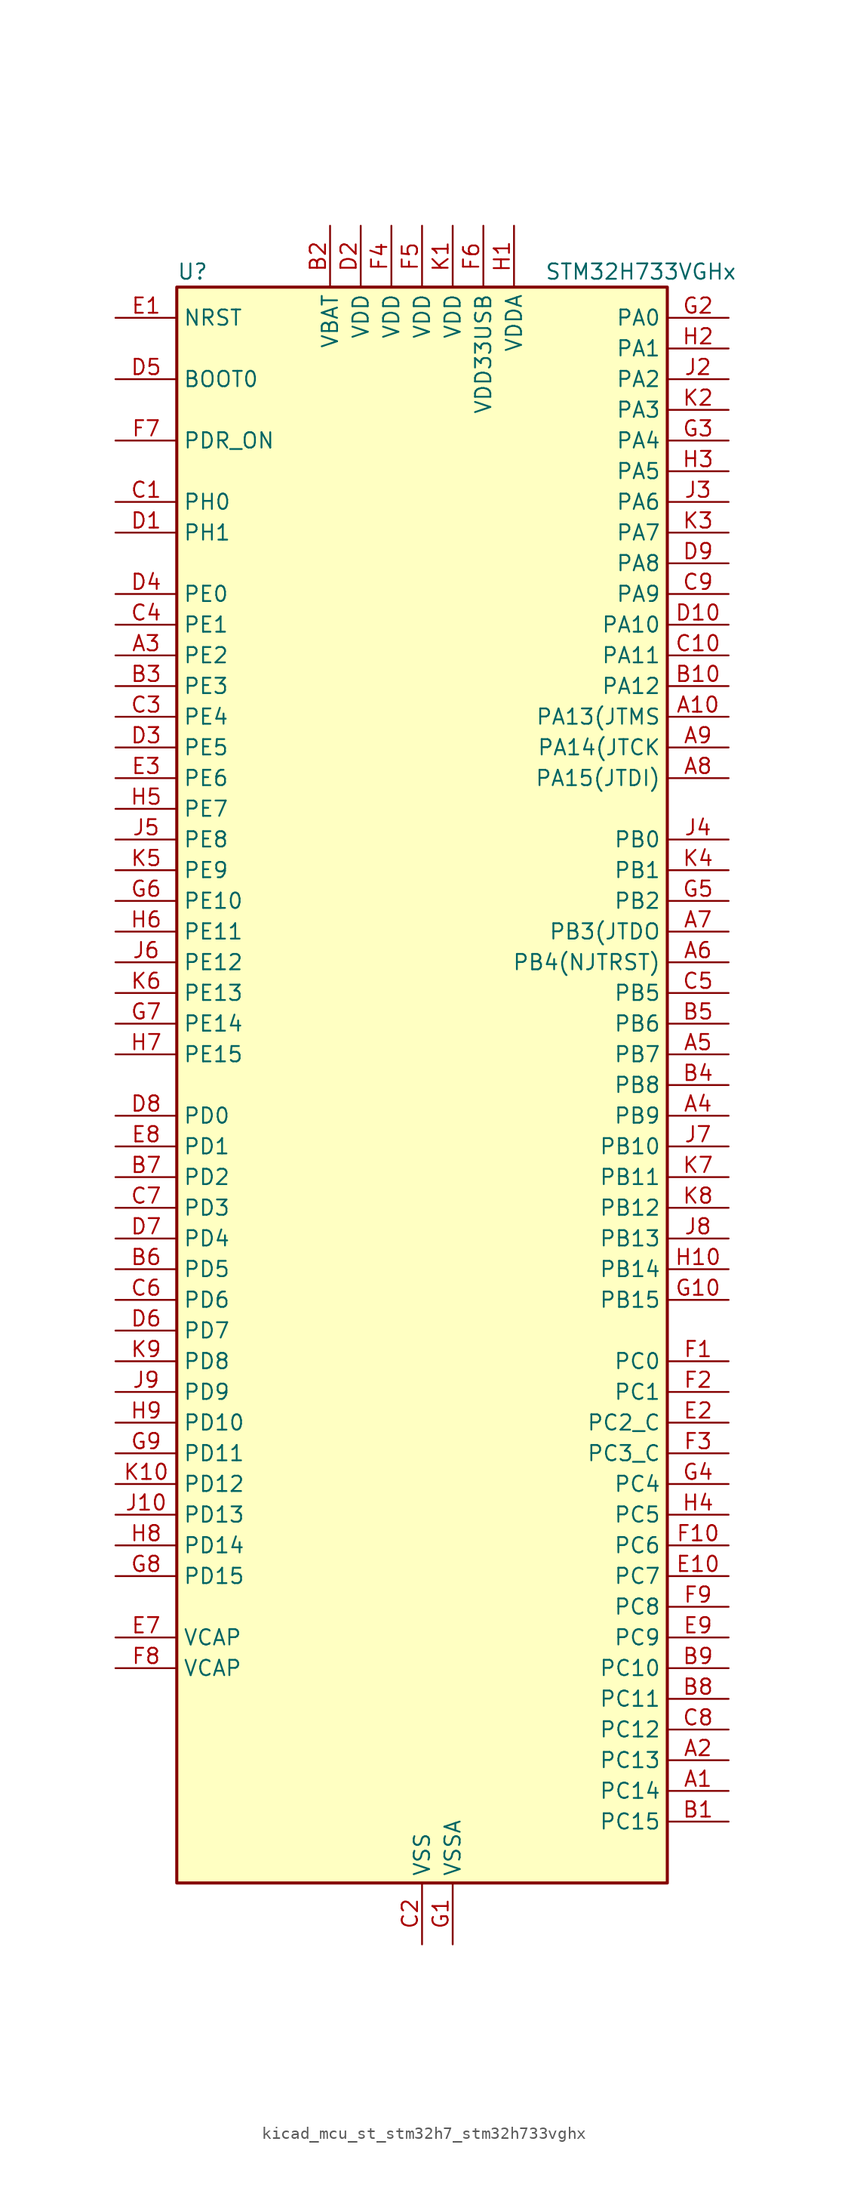
<source format=kicad_sym>
(kicad_symbol_lib
  (version 20220914)
  (generator kicad_symbol_editor)
  (symbol "kicad_mcu_st_stm32h7_stm32h733vghx"
    (property "Reference" "U"
      (at -20.32 67.31 0)
      (effects (font (size 1.27 1.27)) (justify left)))
    (property "Value" "STM32H733VGHx"
      (at 10.16 67.31 0)
      (effects (font (size 1.27 1.27)) (justify left)))
    (property "ki_locked" ""
      (at 0 0 0)
      (effects (font (size 1.27 1.27))))
    (symbol "kicad_mcu_st_stm32h7_stm32h733vghx_0_1"
      (rectangle (start -20.32 -66.04) (end 20.32 66.04) (stroke (width 0.254) (type default)) (fill (type background))))
    (symbol "kicad_mcu_st_stm32h7_stm32h733vghx_1_1"
      (pin bidirectional line (at 25.4 -58.42 180) (length 5.08) (name "PC14" (effects (font (size 1.27 1.27)))) (number "A1" (effects (font (size 1.27 1.27)))) (alternate "RCC_OSC32_IN" bidirectional line))
      (pin bidirectional line (at 25.4 30.48 180) (length 5.08) (name "PA13(JTMS" (effects (font (size 1.27 1.27)))) (number "A10" (effects (font (size 1.27 1.27)))) (alternate "DEBUG_JTMS-SWDIO" bidirectional line))
      (pin bidirectional line (at 25.4 -55.88 180) (length 5.08) (name "PC13" (effects (font (size 1.27 1.27)))) (number "A2" (effects (font (size 1.27 1.27)))) (alternate "PWR_WKUP4" bidirectional line) (alternate "RTC_OUT_ALARM" bidirectional line) (alternate "RTC_OUT_CALIB" bidirectional line) (alternate "RTC_TAMP1" bidirectional line) (alternate "RTC_TS" bidirectional line))
      (pin bidirectional line (at -25.4 35.56 0) (length 5.08) (name "PE2" (effects (font (size 1.27 1.27)))) (number "A3" (effects (font (size 1.27 1.27)))) (alternate "DEBUG_TRACECLK" bidirectional line) (alternate "ETH_TXD3" bidirectional line) (alternate "FMC_A23" bidirectional line) (alternate "OCTOSPIM_P1_IO2" bidirectional line) (alternate "SAI1_CK1" bidirectional line) (alternate "SAI1_MCLK_A" bidirectional line) (alternate "SAI4_CK1" bidirectional line) (alternate "SAI4_MCLK_A" bidirectional line) (alternate "SPI4_SCK" bidirectional line) (alternate "USART10_RX" bidirectional line))
      (pin bidirectional line (at 25.4 -2.54 180) (length 5.08) (name "PB9" (effects (font (size 1.27 1.27)))) (number "A4" (effects (font (size 1.27 1.27)))) (alternate "DAC1_EXTI9" bidirectional line) (alternate "DCMI_D7" bidirectional line) (alternate "DFSDM1_DATIN7" bidirectional line) (alternate "FDCAN1_TX" bidirectional line) (alternate "I2C1_SDA" bidirectional line) (alternate "I2C4_SDA" bidirectional line) (alternate "I2C4_SMBA" bidirectional line) (alternate "I2S2_WS" bidirectional line) (alternate "LTDC_B7" bidirectional line) (alternate "PSSI_D7" bidirectional line) (alternate "SDMMC1_CDIR" bidirectional line) (alternate "SDMMC1_D5" bidirectional line) (alternate "SDMMC2_D5" bidirectional line) (alternate "SPI2_NSS" bidirectional line) (alternate "TIM17_CH1" bidirectional line) (alternate "TIM4_CH4" bidirectional line) (alternate "UART4_TX" bidirectional line))
      (pin bidirectional line (at 25.4 2.54 180) (length 5.08) (name "PB7" (effects (font (size 1.27 1.27)))) (number "A5" (effects (font (size 1.27 1.27)))) (alternate "DCMI_VSYNC" bidirectional line) (alternate "DFSDM1_CKIN5" bidirectional line) (alternate "FMC_NL" bidirectional line) (alternate "I2C1_SDA" bidirectional line) (alternate "I2C4_SDA" bidirectional line) (alternate "LPUART1_RX" bidirectional line) (alternate "PSSI_RDY" bidirectional line) (alternate "PWR_PVD_IN" bidirectional line) (alternate "TIM17_CH1N" bidirectional line) (alternate "TIM4_CH2" bidirectional line) (alternate "USART1_RX" bidirectional line))
      (pin bidirectional line (at 25.4 10.16 180) (length 5.08) (name "PB4(NJTRST)" (effects (font (size 1.27 1.27)))) (number "A6" (effects (font (size 1.27 1.27)))) (alternate "DEBUG_JTRST" bidirectional line) (alternate "I2S1_SDI" bidirectional line) (alternate "I2S2_WS" bidirectional line) (alternate "I2S3_SDI" bidirectional line) (alternate "I2S6_SDI" bidirectional line) (alternate "SDMMC2_D3" bidirectional line) (alternate "SPI1_MISO" bidirectional line) (alternate "SPI2_NSS" bidirectional line) (alternate "SPI3_MISO" bidirectional line) (alternate "SPI6_MISO" bidirectional line) (alternate "TIM16_BKIN" bidirectional line) (alternate "TIM3_CH1" bidirectional line) (alternate "UART7_TX" bidirectional line))
      (pin bidirectional line (at 25.4 12.7 180) (length 5.08) (name "PB3(JTDO" (effects (font (size 1.27 1.27)))) (number "A7" (effects (font (size 1.27 1.27)))) (alternate "CRS_SYNC" bidirectional line) (alternate "DEBUG_JTDO-SWO" bidirectional line) (alternate "I2S1_CK" bidirectional line) (alternate "I2S3_CK" bidirectional line) (alternate "I2S6_CK" bidirectional line) (alternate "SDMMC2_D2" bidirectional line) (alternate "SPI1_SCK" bidirectional line) (alternate "SPI3_SCK" bidirectional line) (alternate "SPI6_SCK" bidirectional line) (alternate "TIM24_ETR" bidirectional line) (alternate "TIM2_CH2" bidirectional line) (alternate "UART7_RX" bidirectional line))
      (pin bidirectional line (at 25.4 25.4 180) (length 5.08) (name "PA15(JTDI)" (effects (font (size 1.27 1.27)))) (number "A8" (effects (font (size 1.27 1.27)))) (alternate "ADC1_EXTI15" bidirectional line) (alternate "ADC2_EXTI15" bidirectional line) (alternate "ADC3_EXTI15" bidirectional line) (alternate "CEC" bidirectional line) (alternate "DEBUG_JTDI" bidirectional line) (alternate "I2S1_WS" bidirectional line) (alternate "I2S3_WS" bidirectional line) (alternate "I2S6_WS" bidirectional line) (alternate "LTDC_B6" bidirectional line) (alternate "LTDC_R3" bidirectional line) (alternate "SPI1_NSS" bidirectional line) (alternate "SPI3_NSS" bidirectional line) (alternate "SPI6_NSS" bidirectional line) (alternate "TIM2_CH1" bidirectional line) (alternate "TIM2_ETR" bidirectional line) (alternate "UART4_DE" bidirectional line) (alternate "UART4_RTS" bidirectional line) (alternate "UART7_TX" bidirectional line))
      (pin bidirectional line (at 25.4 27.94 180) (length 5.08) (name "PA14(JTCK" (effects (font (size 1.27 1.27)))) (number "A9" (effects (font (size 1.27 1.27)))) (alternate "DEBUG_JTCK-SWCLK" bidirectional line))
      (pin bidirectional line (at 25.4 -60.96 180) (length 5.08) (name "PC15" (effects (font (size 1.27 1.27)))) (number "B1" (effects (font (size 1.27 1.27)))) (alternate "ADC1_EXTI15" bidirectional line) (alternate "ADC2_EXTI15" bidirectional line) (alternate "ADC3_EXTI15" bidirectional line) (alternate "RCC_OSC32_OUT" bidirectional line))
      (pin bidirectional line (at 25.4 33.02 180) (length 5.08) (name "PA12" (effects (font (size 1.27 1.27)))) (number "B10" (effects (font (size 1.27 1.27)))) (alternate "FDCAN1_TX" bidirectional line) (alternate "I2S2_CK" bidirectional line) (alternate "LPUART1_DE" bidirectional line) (alternate "LPUART1_RTS" bidirectional line) (alternate "LTDC_R5" bidirectional line) (alternate "SAI4_FS_B" bidirectional line) (alternate "SPI2_SCK" bidirectional line) (alternate "TIM1_BKIN2" bidirectional line) (alternate "TIM1_ETR" bidirectional line) (alternate "UART4_TX" bidirectional line) (alternate "USART1_DE" bidirectional line) (alternate "USART1_RTS" bidirectional line) (alternate "USB_OTG_HS_DP" bidirectional line))
      (pin power_in line (at -7.62 71.12 270) (length 5.08) (name "VBAT" (effects (font (size 1.27 1.27)))) (number "B2" (effects (font (size 1.27 1.27)))))
      (pin bidirectional line (at -25.4 33.02 0) (length 5.08) (name "PE3" (effects (font (size 1.27 1.27)))) (number "B3" (effects (font (size 1.27 1.27)))) (alternate "DEBUG_TRACED0" bidirectional line) (alternate "FMC_A19" bidirectional line) (alternate "SAI1_SD_B" bidirectional line) (alternate "SAI4_SD_B" bidirectional line) (alternate "TIM15_BKIN" bidirectional line) (alternate "USART10_TX" bidirectional line))
      (pin bidirectional line (at 25.4 0 180) (length 5.08) (name "PB8" (effects (font (size 1.27 1.27)))) (number "B4" (effects (font (size 1.27 1.27)))) (alternate "DCMI_D6" bidirectional line) (alternate "DFSDM1_CKIN7" bidirectional line) (alternate "ETH_TXD3" bidirectional line) (alternate "FDCAN1_RX" bidirectional line) (alternate "I2C1_SCL" bidirectional line) (alternate "I2C4_SCL" bidirectional line) (alternate "LTDC_B6" bidirectional line) (alternate "PSSI_D6" bidirectional line) (alternate "SDMMC1_CKIN" bidirectional line) (alternate "SDMMC1_D4" bidirectional line) (alternate "SDMMC2_D4" bidirectional line) (alternate "TIM16_CH1" bidirectional line) (alternate "TIM4_CH3" bidirectional line) (alternate "UART4_RX" bidirectional line))
      (pin bidirectional line (at 25.4 5.08 180) (length 5.08) (name "PB6" (effects (font (size 1.27 1.27)))) (number "B5" (effects (font (size 1.27 1.27)))) (alternate "CEC" bidirectional line) (alternate "DCMI_D5" bidirectional line) (alternate "DFSDM1_DATIN5" bidirectional line) (alternate "FDCAN2_TX" bidirectional line) (alternate "FMC_SDNE1" bidirectional line) (alternate "I2C1_SCL" bidirectional line) (alternate "I2C4_SCL" bidirectional line) (alternate "LPUART1_TX" bidirectional line) (alternate "OCTOSPIM_P1_NCS" bidirectional line) (alternate "PSSI_D5" bidirectional line) (alternate "TIM16_CH1N" bidirectional line) (alternate "TIM4_CH1" bidirectional line) (alternate "UART5_TX" bidirectional line) (alternate "USART1_TX" bidirectional line))
      (pin bidirectional line (at -25.4 -15.24 0) (length 5.08) (name "PD5" (effects (font (size 1.27 1.27)))) (number "B6" (effects (font (size 1.27 1.27)))) (alternate "FMC_NWE" bidirectional line) (alternate "OCTOSPIM_P1_IO5" bidirectional line) (alternate "USART2_TX" bidirectional line))
      (pin bidirectional line (at -25.4 -7.62 0) (length 5.08) (name "PD2" (effects (font (size 1.27 1.27)))) (number "B7" (effects (font (size 1.27 1.27)))) (alternate "DCMI_D11" bidirectional line) (alternate "DEBUG_TRACED2" bidirectional line) (alternate "FMC_D7" bidirectional line) (alternate "FMC_DA7" bidirectional line) (alternate "LTDC_B2" bidirectional line) (alternate "LTDC_B7" bidirectional line) (alternate "PSSI_D11" bidirectional line) (alternate "SDMMC1_CMD" bidirectional line) (alternate "TIM15_BKIN" bidirectional line) (alternate "TIM3_ETR" bidirectional line) (alternate "UART5_RX" bidirectional line))
      (pin bidirectional line (at 25.4 -50.8 180) (length 5.08) (name "PC11" (effects (font (size 1.27 1.27)))) (number "B8" (effects (font (size 1.27 1.27)))) (alternate "ADC1_EXTI11" bidirectional line) (alternate "ADC2_EXTI11" bidirectional line) (alternate "ADC3_EXTI11" bidirectional line) (alternate "DCMI_D4" bidirectional line) (alternate "DFSDM1_DATIN5" bidirectional line) (alternate "I2C5_SCL" bidirectional line) (alternate "I2S3_SDI" bidirectional line) (alternate "LTDC_B4" bidirectional line) (alternate "OCTOSPIM_P1_NCS" bidirectional line) (alternate "PSSI_D4" bidirectional line) (alternate "SDMMC1_D3" bidirectional line) (alternate "SPI3_MISO" bidirectional line) (alternate "UART4_RX" bidirectional line) (alternate "USART3_RX" bidirectional line))
      (pin bidirectional line (at 25.4 -48.26 180) (length 5.08) (name "PC10" (effects (font (size 1.27 1.27)))) (number "B9" (effects (font (size 1.27 1.27)))) (alternate "DCMI_D8" bidirectional line) (alternate "DFSDM1_CKIN5" bidirectional line) (alternate "I2C5_SDA" bidirectional line) (alternate "I2S3_CK" bidirectional line) (alternate "LTDC_B1" bidirectional line) (alternate "LTDC_R2" bidirectional line) (alternate "OCTOSPIM_P1_IO1" bidirectional line) (alternate "PSSI_D8" bidirectional line) (alternate "SDMMC1_D2" bidirectional line) (alternate "SPI3_SCK" bidirectional line) (alternate "SWPMI1_RX" bidirectional line) (alternate "UART4_TX" bidirectional line) (alternate "USART3_TX" bidirectional line))
      (pin bidirectional line (at -25.4 48.26 0) (length 5.08) (name "PH0" (effects (font (size 1.27 1.27)))) (number "C1" (effects (font (size 1.27 1.27)))) (alternate "RCC_OSC_IN" bidirectional line))
      (pin bidirectional line (at 25.4 35.56 180) (length 5.08) (name "PA11" (effects (font (size 1.27 1.27)))) (number "C10" (effects (font (size 1.27 1.27)))) (alternate "ADC1_EXTI11" bidirectional line) (alternate "ADC2_EXTI11" bidirectional line) (alternate "ADC3_EXTI11" bidirectional line) (alternate "FDCAN1_RX" bidirectional line) (alternate "I2S2_WS" bidirectional line) (alternate "LPUART1_CTS" bidirectional line) (alternate "LTDC_R4" bidirectional line) (alternate "SPI2_NSS" bidirectional line) (alternate "TIM1_CH4" bidirectional line) (alternate "UART4_RX" bidirectional line) (alternate "USART1_CTS" bidirectional line) (alternate "USART1_NSS" bidirectional line) (alternate "USB_OTG_HS_DM" bidirectional line))
      (pin power_in line (at 0 -71.12 90) (length 5.08) (name "VSS" (effects (font (size 1.27 1.27)))) (number "C2" (effects (font (size 1.27 1.27)))))
      (pin bidirectional line (at -25.4 30.48 0) (length 5.08) (name "PE4" (effects (font (size 1.27 1.27)))) (number "C3" (effects (font (size 1.27 1.27)))) (alternate "DCMI_D4" bidirectional line) (alternate "DEBUG_TRACED1" bidirectional line) (alternate "DFSDM1_DATIN3" bidirectional line) (alternate "FMC_A20" bidirectional line) (alternate "LTDC_B0" bidirectional line) (alternate "PSSI_D4" bidirectional line) (alternate "SAI1_D2" bidirectional line) (alternate "SAI1_FS_A" bidirectional line) (alternate "SAI4_D2" bidirectional line) (alternate "SAI4_FS_A" bidirectional line) (alternate "SPI4_NSS" bidirectional line) (alternate "TIM15_CH1N" bidirectional line))
      (pin bidirectional line (at -25.4 38.1 0) (length 5.08) (name "PE1" (effects (font (size 1.27 1.27)))) (number "C4" (effects (font (size 1.27 1.27)))) (alternate "DCMI_D3" bidirectional line) (alternate "FMC_NBL1" bidirectional line) (alternate "LPTIM1_IN2" bidirectional line) (alternate "LTDC_R6" bidirectional line) (alternate "PSSI_D3" bidirectional line) (alternate "UART8_TX" bidirectional line))
      (pin bidirectional line (at 25.4 7.62 180) (length 5.08) (name "PB5" (effects (font (size 1.27 1.27)))) (number "C5" (effects (font (size 1.27 1.27)))) (alternate "DCMI_D10" bidirectional line) (alternate "ETH_PPS_OUT" bidirectional line) (alternate "FDCAN2_RX" bidirectional line) (alternate "FMC_SDCKE1" bidirectional line) (alternate "I2C1_SMBA" bidirectional line) (alternate "I2C4_SMBA" bidirectional line) (alternate "I2S1_SDO" bidirectional line) (alternate "I2S3_SDO" bidirectional line) (alternate "I2S6_SDO" bidirectional line) (alternate "LTDC_B5" bidirectional line) (alternate "PSSI_D10" bidirectional line) (alternate "SPI1_MOSI" bidirectional line) (alternate "SPI3_MOSI" bidirectional line) (alternate "SPI6_MOSI" bidirectional line) (alternate "TIM17_BKIN" bidirectional line) (alternate "TIM3_CH2" bidirectional line) (alternate "UART5_RX" bidirectional line) (alternate "USB_OTG_HS_ULPI_D7" bidirectional line))
      (pin bidirectional line (at -25.4 -17.78 0) (length 5.08) (name "PD6" (effects (font (size 1.27 1.27)))) (number "C6" (effects (font (size 1.27 1.27)))) (alternate "DCMI_D10" bidirectional line) (alternate "DFSDM1_CKIN4" bidirectional line) (alternate "DFSDM1_DATIN1" bidirectional line) (alternate "FMC_NWAIT" bidirectional line) (alternate "I2S3_SDO" bidirectional line) (alternate "LTDC_B2" bidirectional line) (alternate "OCTOSPIM_P1_IO6" bidirectional line) (alternate "PSSI_D10" bidirectional line) (alternate "SAI1_D1" bidirectional line) (alternate "SAI1_SD_A" bidirectional line) (alternate "SAI4_D1" bidirectional line) (alternate "SAI4_SD_A" bidirectional line) (alternate "SDMMC2_CK" bidirectional line) (alternate "SPI3_MOSI" bidirectional line) (alternate "USART2_RX" bidirectional line))
      (pin bidirectional line (at -25.4 -10.16 0) (length 5.08) (name "PD3" (effects (font (size 1.27 1.27)))) (number "C7" (effects (font (size 1.27 1.27)))) (alternate "DCMI_D5" bidirectional line) (alternate "DFSDM1_CKOUT" bidirectional line) (alternate "FMC_CLK" bidirectional line) (alternate "I2S2_CK" bidirectional line) (alternate "LTDC_G7" bidirectional line) (alternate "PSSI_D5" bidirectional line) (alternate "SPI2_SCK" bidirectional line) (alternate "USART2_CTS" bidirectional line) (alternate "USART2_NSS" bidirectional line))
      (pin bidirectional line (at 25.4 -53.34 180) (length 5.08) (name "PC12" (effects (font (size 1.27 1.27)))) (number "C8" (effects (font (size 1.27 1.27)))) (alternate "DCMI_D9" bidirectional line) (alternate "DEBUG_TRACED3" bidirectional line) (alternate "FMC_D6" bidirectional line) (alternate "FMC_DA6" bidirectional line) (alternate "I2C5_SMBA" bidirectional line) (alternate "I2S3_SDO" bidirectional line) (alternate "I2S6_CK" bidirectional line) (alternate "LTDC_R6" bidirectional line) (alternate "PSSI_D9" bidirectional line) (alternate "SDMMC1_CK" bidirectional line) (alternate "SPI3_MOSI" bidirectional line) (alternate "SPI6_SCK" bidirectional line) (alternate "TIM15_CH1" bidirectional line) (alternate "UART5_TX" bidirectional line) (alternate "USART3_CK" bidirectional line))
      (pin bidirectional line (at 25.4 40.64 180) (length 5.08) (name "PA9" (effects (font (size 1.27 1.27)))) (number "C9" (effects (font (size 1.27 1.27)))) (alternate "DAC1_EXTI9" bidirectional line) (alternate "DCMI_D0" bidirectional line) (alternate "ETH_TX_ER" bidirectional line) (alternate "I2C3_SMBA" bidirectional line) (alternate "I2C5_SMBA" bidirectional line) (alternate "I2S2_CK" bidirectional line) (alternate "LPUART1_TX" bidirectional line) (alternate "LTDC_R5" bidirectional line) (alternate "PSSI_D0" bidirectional line) (alternate "SPI2_SCK" bidirectional line) (alternate "TIM1_CH2" bidirectional line) (alternate "USART1_TX" bidirectional line) (alternate "USB_OTG_HS_VBUS" bidirectional line))
      (pin bidirectional line (at -25.4 45.72 0) (length 5.08) (name "PH1" (effects (font (size 1.27 1.27)))) (number "D1" (effects (font (size 1.27 1.27)))) (alternate "RCC_OSC_OUT" bidirectional line))
      (pin bidirectional line (at 25.4 38.1 180) (length 5.08) (name "PA10" (effects (font (size 1.27 1.27)))) (number "D10" (effects (font (size 1.27 1.27)))) (alternate "DCMI_D1" bidirectional line) (alternate "LPUART1_RX" bidirectional line) (alternate "LTDC_B1" bidirectional line) (alternate "LTDC_B4" bidirectional line) (alternate "MDIOS_MDIO" bidirectional line) (alternate "PSSI_D1" bidirectional line) (alternate "TIM1_CH3" bidirectional line) (alternate "USART1_RX" bidirectional line) (alternate "USB_OTG_HS_ID" bidirectional line))
      (pin power_in line (at -5.08 71.12 270) (length 5.08) (name "VDD" (effects (font (size 1.27 1.27)))) (number "D2" (effects (font (size 1.27 1.27)))))
      (pin bidirectional line (at -25.4 27.94 0) (length 5.08) (name "PE5" (effects (font (size 1.27 1.27)))) (number "D3" (effects (font (size 1.27 1.27)))) (alternate "DCMI_D6" bidirectional line) (alternate "DEBUG_TRACED2" bidirectional line) (alternate "DFSDM1_CKIN3" bidirectional line) (alternate "FMC_A21" bidirectional line) (alternate "LTDC_G0" bidirectional line) (alternate "PSSI_D6" bidirectional line) (alternate "SAI1_CK2" bidirectional line) (alternate "SAI1_SCK_A" bidirectional line) (alternate "SAI4_CK2" bidirectional line) (alternate "SAI4_SCK_A" bidirectional line) (alternate "SPI4_MISO" bidirectional line) (alternate "TIM15_CH1" bidirectional line))
      (pin bidirectional line (at -25.4 40.64 0) (length 5.08) (name "PE0" (effects (font (size 1.27 1.27)))) (number "D4" (effects (font (size 1.27 1.27)))) (alternate "DCMI_D2" bidirectional line) (alternate "FMC_NBL0" bidirectional line) (alternate "LPTIM1_ETR" bidirectional line) (alternate "LPTIM2_ETR" bidirectional line) (alternate "LTDC_R0" bidirectional line) (alternate "PSSI_D2" bidirectional line) (alternate "SAI4_MCLK_A" bidirectional line) (alternate "TIM4_ETR" bidirectional line) (alternate "UART8_RX" bidirectional line))
      (pin input line (at -25.4 58.42 0) (length 5.08) (name "BOOT0" (effects (font (size 1.27 1.27)))) (number "D5" (effects (font (size 1.27 1.27)))))
      (pin bidirectional line (at -25.4 -20.32 0) (length 5.08) (name "PD7" (effects (font (size 1.27 1.27)))) (number "D6" (effects (font (size 1.27 1.27)))) (alternate "DFSDM1_CKIN1" bidirectional line) (alternate "DFSDM1_DATIN4" bidirectional line) (alternate "FMC_NE1" bidirectional line) (alternate "I2S1_SDO" bidirectional line) (alternate "OCTOSPIM_P1_IO7" bidirectional line) (alternate "SDMMC2_CMD" bidirectional line) (alternate "SPDIFRX1_IN0" bidirectional line) (alternate "SPI1_MOSI" bidirectional line) (alternate "USART2_CK" bidirectional line))
      (pin bidirectional line (at -25.4 -12.7 0) (length 5.08) (name "PD4" (effects (font (size 1.27 1.27)))) (number "D7" (effects (font (size 1.27 1.27)))) (alternate "FMC_NOE" bidirectional line) (alternate "OCTOSPIM_P1_IO4" bidirectional line) (alternate "USART2_DE" bidirectional line) (alternate "USART2_RTS" bidirectional line))
      (pin bidirectional line (at -25.4 -2.54 0) (length 5.08) (name "PD0" (effects (font (size 1.27 1.27)))) (number "D8" (effects (font (size 1.27 1.27)))) (alternate "DFSDM1_CKIN6" bidirectional line) (alternate "FDCAN1_RX" bidirectional line) (alternate "FMC_D2" bidirectional line) (alternate "FMC_DA2" bidirectional line) (alternate "LTDC_B1" bidirectional line) (alternate "UART4_RX" bidirectional line) (alternate "UART9_CTS" bidirectional line))
      (pin bidirectional line (at 25.4 43.18 180) (length 5.08) (name "PA8" (effects (font (size 1.27 1.27)))) (number "D9" (effects (font (size 1.27 1.27)))) (alternate "I2C3_SCL" bidirectional line) (alternate "I2C5_SCL" bidirectional line) (alternate "LTDC_B3" bidirectional line) (alternate "LTDC_R6" bidirectional line) (alternate "RCC_MCO_1" bidirectional line) (alternate "TIM1_CH1" bidirectional line) (alternate "TIM8_BKIN2" bidirectional line) (alternate "TIM8_BKIN2_COMP1" bidirectional line) (alternate "TIM8_BKIN2_COMP2" bidirectional line) (alternate "UART7_RX" bidirectional line) (alternate "USART1_CK" bidirectional line) (alternate "USB_OTG_HS_SOF" bidirectional line))
      (pin input line (at -25.4 63.5 0) (length 5.08) (name "NRST" (effects (font (size 1.27 1.27)))) (number "E1" (effects (font (size 1.27 1.27)))))
      (pin bidirectional line (at 25.4 -40.64 180) (length 5.08) (name "PC7" (effects (font (size 1.27 1.27)))) (number "E10" (effects (font (size 1.27 1.27)))) (alternate "DCMI_D1" bidirectional line) (alternate "DEBUG_TRGIO" bidirectional line) (alternate "DFSDM1_DATIN3" bidirectional line) (alternate "FMC_NE1" bidirectional line) (alternate "I2S3_MCK" bidirectional line) (alternate "LTDC_G6" bidirectional line) (alternate "PSSI_D1" bidirectional line) (alternate "SDMMC1_D123DIR" bidirectional line) (alternate "SDMMC1_D7" bidirectional line) (alternate "SDMMC2_D7" bidirectional line) (alternate "SWPMI1_TX" bidirectional line) (alternate "TIM3_CH2" bidirectional line) (alternate "TIM8_CH2" bidirectional line) (alternate "USART6_RX" bidirectional line))
      (pin bidirectional line (at 25.4 -27.94 180) (length 5.08) (name "PC2_C" (effects (font (size 1.27 1.27)))) (number "E2" (effects (font (size 1.27 1.27)))) (alternate "ADC3_INN1" bidirectional line) (alternate "ADC3_INP0" bidirectional line) (alternate "DFSDM1_CKIN1" bidirectional line) (alternate "DFSDM1_CKOUT" bidirectional line) (alternate "ETH_TXD2" bidirectional line) (alternate "FMC_SDNE0" bidirectional line) (alternate "I2S2_SDI" bidirectional line) (alternate "OCTOSPIM_P1_IO2" bidirectional line) (alternate "OCTOSPIM_P1_IO5" bidirectional line) (alternate "PWR_CSTOP" bidirectional line) (alternate "SPI2_MISO" bidirectional line) (alternate "USB_OTG_HS_ULPI_DIR" bidirectional line))
      (pin bidirectional line (at -25.4 25.4 0) (length 5.08) (name "PE6" (effects (font (size 1.27 1.27)))) (number "E3" (effects (font (size 1.27 1.27)))) (alternate "DCMI_D7" bidirectional line) (alternate "DEBUG_TRACED3" bidirectional line) (alternate "FMC_A22" bidirectional line) (alternate "LTDC_G1" bidirectional line) (alternate "PSSI_D7" bidirectional line) (alternate "SAI1_D1" bidirectional line) (alternate "SAI1_SD_A" bidirectional line) (alternate "SAI4_D1" bidirectional line) (alternate "SAI4_MCLK_B" bidirectional line) (alternate "SAI4_SD_A" bidirectional line) (alternate "SPI4_MOSI" bidirectional line) (alternate "TIM15_CH2" bidirectional line) (alternate "TIM1_BKIN2" bidirectional line) (alternate "TIM1_BKIN2_COMP1" bidirectional line) (alternate "TIM1_BKIN2_COMP2" bidirectional line))
      (pin passive line (at 0 -71.12 90) (length 5.08) hide (name "VSS" (effects (font (size 1.27 1.27)))) (number "E4" (effects (font (size 1.27 1.27)))))
      (pin passive line (at 0 -71.12 90) (length 5.08) hide (name "VSS" (effects (font (size 1.27 1.27)))) (number "E5" (effects (font (size 1.27 1.27)))))
      (pin passive line (at 0 -71.12 90) (length 5.08) hide (name "VSS" (effects (font (size 1.27 1.27)))) (number "E6" (effects (font (size 1.27 1.27)))))
      (pin power_out line (at -25.4 -45.72 0) (length 5.08) (name "VCAP" (effects (font (size 1.27 1.27)))) (number "E7" (effects (font (size 1.27 1.27)))))
      (pin bidirectional line (at -25.4 -5.08 0) (length 5.08) (name "PD1" (effects (font (size 1.27 1.27)))) (number "E8" (effects (font (size 1.27 1.27)))) (alternate "DFSDM1_DATIN6" bidirectional line) (alternate "FDCAN1_TX" bidirectional line) (alternate "FMC_D3" bidirectional line) (alternate "FMC_DA3" bidirectional line) (alternate "UART4_TX" bidirectional line))
      (pin bidirectional line (at 25.4 -45.72 180) (length 5.08) (name "PC9" (effects (font (size 1.27 1.27)))) (number "E9" (effects (font (size 1.27 1.27)))) (alternate "DAC1_EXTI9" bidirectional line) (alternate "DCMI_D3" bidirectional line) (alternate "I2C3_SDA" bidirectional line) (alternate "I2C5_SDA" bidirectional line) (alternate "I2S_CKIN" bidirectional line) (alternate "LTDC_B2" bidirectional line) (alternate "LTDC_G3" bidirectional line) (alternate "OCTOSPIM_P1_IO0" bidirectional line) (alternate "PSSI_D3" bidirectional line) (alternate "RCC_MCO_2" bidirectional line) (alternate "SDMMC1_D1" bidirectional line) (alternate "SWPMI1_SUSPEND" bidirectional line) (alternate "TIM3_CH4" bidirectional line) (alternate "TIM8_CH4" bidirectional line) (alternate "UART5_CTS" bidirectional line))
      (pin bidirectional line (at 25.4 -22.86 180) (length 5.08) (name "PC0" (effects (font (size 1.27 1.27)))) (number "F1" (effects (font (size 1.27 1.27)))) (alternate "ADC1_INP10" bidirectional line) (alternate "ADC2_INP10" bidirectional line) (alternate "ADC3_INP10" bidirectional line) (alternate "DFSDM1_CKIN0" bidirectional line) (alternate "DFSDM1_DATIN4" bidirectional line) (alternate "FMC_A25" bidirectional line) (alternate "FMC_D12" bidirectional line) (alternate "FMC_DA12" bidirectional line) (alternate "FMC_SDNWE" bidirectional line) (alternate "LTDC_G2" bidirectional line) (alternate "LTDC_R5" bidirectional line) (alternate "SAI4_FS_B" bidirectional line) (alternate "USB_OTG_HS_ULPI_STP" bidirectional line))
      (pin bidirectional line (at 25.4 -38.1 180) (length 5.08) (name "PC6" (effects (font (size 1.27 1.27)))) (number "F10" (effects (font (size 1.27 1.27)))) (alternate "DCMI_D0" bidirectional line) (alternate "DFSDM1_CKIN3" bidirectional line) (alternate "FMC_NWAIT" bidirectional line) (alternate "I2S2_MCK" bidirectional line) (alternate "LTDC_HSYNC" bidirectional line) (alternate "PSSI_D0" bidirectional line) (alternate "SDMMC1_D0DIR" bidirectional line) (alternate "SDMMC1_D6" bidirectional line) (alternate "SDMMC2_D6" bidirectional line) (alternate "SWPMI1_IO" bidirectional line) (alternate "TIM3_CH1" bidirectional line) (alternate "TIM8_CH1" bidirectional line) (alternate "USART6_TX" bidirectional line))
      (pin bidirectional line (at 25.4 -25.4 180) (length 5.08) (name "PC1" (effects (font (size 1.27 1.27)))) (number "F2" (effects (font (size 1.27 1.27)))) (alternate "ADC1_INN10" bidirectional line) (alternate "ADC1_INP11" bidirectional line) (alternate "ADC2_INN10" bidirectional line) (alternate "ADC2_INP11" bidirectional line) (alternate "ADC3_INN10" bidirectional line) (alternate "ADC3_INP11" bidirectional line) (alternate "DEBUG_TRACED0" bidirectional line) (alternate "DFSDM1_CKIN4" bidirectional line) (alternate "DFSDM1_DATIN0" bidirectional line) (alternate "ETH_MDC" bidirectional line) (alternate "I2S2_SDO" bidirectional line) (alternate "LTDC_G5" bidirectional line) (alternate "MDIOS_MDC" bidirectional line) (alternate "OCTOSPIM_P1_IO4" bidirectional line) (alternate "PWR_WKUP6" bidirectional line) (alternate "RTC_TAMP3" bidirectional line) (alternate "SAI1_D1" bidirectional line) (alternate "SAI1_SD_A" bidirectional line) (alternate "SAI4_D1" bidirectional line) (alternate "SAI4_SD_A" bidirectional line) (alternate "SDMMC2_CK" bidirectional line) (alternate "SPI2_MOSI" bidirectional line))
      (pin bidirectional line (at 25.4 -30.48 180) (length 5.08) (name "PC3_C" (effects (font (size 1.27 1.27)))) (number "F3" (effects (font (size 1.27 1.27)))) (alternate "ADC3_INP1" bidirectional line) (alternate "DFSDM1_DATIN1" bidirectional line) (alternate "ETH_TX_CLK" bidirectional line) (alternate "FMC_SDCKE0" bidirectional line) (alternate "I2S2_SDO" bidirectional line) (alternate "OCTOSPIM_P1_IO0" bidirectional line) (alternate "OCTOSPIM_P1_IO6" bidirectional line) (alternate "PWR_CSLEEP" bidirectional line) (alternate "SPI2_MOSI" bidirectional line) (alternate "USB_OTG_HS_ULPI_NXT" bidirectional line))
      (pin power_in line (at -2.54 71.12 270) (length 5.08) (name "VDD" (effects (font (size 1.27 1.27)))) (number "F4" (effects (font (size 1.27 1.27)))))
      (pin power_in line (at 0 71.12 270) (length 5.08) (name "VDD" (effects (font (size 1.27 1.27)))) (number "F5" (effects (font (size 1.27 1.27)))))
      (pin power_in line (at 5.08 71.12 270) (length 5.08) (name "VDD33USB" (effects (font (size 1.27 1.27)))) (number "F6" (effects (font (size 1.27 1.27)))))
      (pin input line (at -25.4 53.34 0) (length 5.08) (name "PDR_ON" (effects (font (size 1.27 1.27)))) (number "F7" (effects (font (size 1.27 1.27)))))
      (pin power_out line (at -25.4 -48.26 0) (length 5.08) (name "VCAP" (effects (font (size 1.27 1.27)))) (number "F8" (effects (font (size 1.27 1.27)))))
      (pin bidirectional line (at 25.4 -43.18 180) (length 5.08) (name "PC8" (effects (font (size 1.27 1.27)))) (number "F9" (effects (font (size 1.27 1.27)))) (alternate "DCMI_D2" bidirectional line) (alternate "DEBUG_TRACED1" bidirectional line) (alternate "FMC_INT" bidirectional line) (alternate "FMC_NCE" bidirectional line) (alternate "FMC_NE2" bidirectional line) (alternate "PSSI_D2" bidirectional line) (alternate "SDMMC1_D0" bidirectional line) (alternate "SWPMI1_RX" bidirectional line) (alternate "TIM3_CH3" bidirectional line) (alternate "TIM8_CH3" bidirectional line) (alternate "UART5_DE" bidirectional line) (alternate "UART5_RTS" bidirectional line) (alternate "USART6_CK" bidirectional line))
      (pin power_in line (at 2.54 -71.12 90) (length 5.08) (name "VSSA" (effects (font (size 1.27 1.27)))) (number "G1" (effects (font (size 1.27 1.27)))))
      (pin bidirectional line (at 25.4 -17.78 180) (length 5.08) (name "PB15" (effects (font (size 1.27 1.27)))) (number "G10" (effects (font (size 1.27 1.27)))) (alternate "ADC1_EXTI15" bidirectional line) (alternate "ADC2_EXTI15" bidirectional line) (alternate "ADC3_EXTI15" bidirectional line) (alternate "DFSDM1_CKIN2" bidirectional line) (alternate "FMC_D11" bidirectional line) (alternate "FMC_DA11" bidirectional line) (alternate "I2S2_SDO" bidirectional line) (alternate "LTDC_G7" bidirectional line) (alternate "RTC_REFIN" bidirectional line) (alternate "SDMMC2_D1" bidirectional line) (alternate "SPI2_MOSI" bidirectional line) (alternate "TIM12_CH2" bidirectional line) (alternate "TIM1_CH3N" bidirectional line) (alternate "TIM8_CH3N" bidirectional line) (alternate "UART4_CTS" bidirectional line) (alternate "USART1_RX" bidirectional line))
      (pin bidirectional line (at 25.4 63.5 180) (length 5.08) (name "PA0" (effects (font (size 1.27 1.27)))) (number "G2" (effects (font (size 1.27 1.27)))) (alternate "ADC1_INP16" bidirectional line) (alternate "ETH_CRS" bidirectional line) (alternate "FMC_A19" bidirectional line) (alternate "I2S6_WS" bidirectional line) (alternate "PWR_WKUP1" bidirectional line) (alternate "SAI4_SD_B" bidirectional line) (alternate "SDMMC2_CMD" bidirectional line) (alternate "SPI6_NSS" bidirectional line) (alternate "TIM15_BKIN" bidirectional line) (alternate "TIM2_CH1" bidirectional line) (alternate "TIM2_ETR" bidirectional line) (alternate "TIM5_CH1" bidirectional line) (alternate "TIM8_ETR" bidirectional line) (alternate "UART4_TX" bidirectional line) (alternate "USART2_CTS" bidirectional line) (alternate "USART2_NSS" bidirectional line))
      (pin bidirectional line (at 25.4 53.34 180) (length 5.08) (name "PA4" (effects (font (size 1.27 1.27)))) (number "G3" (effects (font (size 1.27 1.27)))) (alternate "ADC1_INP18" bidirectional line) (alternate "ADC2_INP18" bidirectional line) (alternate "DAC1_OUT1" bidirectional line) (alternate "DCMI_HSYNC" bidirectional line) (alternate "FMC_D8" bidirectional line) (alternate "FMC_DA8" bidirectional line) (alternate "I2S1_WS" bidirectional line) (alternate "I2S3_WS" bidirectional line) (alternate "I2S6_WS" bidirectional line) (alternate "LTDC_VSYNC" bidirectional line) (alternate "PSSI_DE" bidirectional line) (alternate "SPI1_NSS" bidirectional line) (alternate "SPI3_NSS" bidirectional line) (alternate "SPI6_NSS" bidirectional line) (alternate "TIM5_ETR" bidirectional line) (alternate "USART2_CK" bidirectional line))
      (pin bidirectional line (at 25.4 -33.02 180) (length 5.08) (name "PC4" (effects (font (size 1.27 1.27)))) (number "G4" (effects (font (size 1.27 1.27)))) (alternate "ADC1_INP4" bidirectional line) (alternate "ADC2_INP4" bidirectional line) (alternate "COMP1_INM" bidirectional line) (alternate "DFSDM1_CKIN2" bidirectional line) (alternate "ETH_RXD0" bidirectional line) (alternate "FMC_A22" bidirectional line) (alternate "FMC_SDNE0" bidirectional line) (alternate "I2S1_MCK" bidirectional line) (alternate "LTDC_R7" bidirectional line) (alternate "OPAMP1_VOUT" bidirectional line) (alternate "SDMMC2_CKIN" bidirectional line) (alternate "SPDIFRX1_IN2" bidirectional line))
      (pin bidirectional line (at 25.4 15.24 180) (length 5.08) (name "PB2" (effects (font (size 1.27 1.27)))) (number "G5" (effects (font (size 1.27 1.27)))) (alternate "COMP1_INP" bidirectional line) (alternate "DFSDM1_CKIN1" bidirectional line) (alternate "ETH_TX_ER" bidirectional line) (alternate "I2S3_SDO" bidirectional line) (alternate "OCTOSPIM_P1_CLK" bidirectional line) (alternate "OCTOSPIM_P1_DQS" bidirectional line) (alternate "RTC_OUT_ALARM" bidirectional line) (alternate "RTC_OUT_CALIB" bidirectional line) (alternate "SAI1_D1" bidirectional line) (alternate "SAI1_SD_A" bidirectional line) (alternate "SAI4_D1" bidirectional line) (alternate "SAI4_SD_A" bidirectional line) (alternate "SPI3_MOSI" bidirectional line) (alternate "TIM23_ETR" bidirectional line))
      (pin bidirectional line (at -25.4 15.24 0) (length 5.08) (name "PE10" (effects (font (size 1.27 1.27)))) (number "G6" (effects (font (size 1.27 1.27)))) (alternate "COMP2_INM" bidirectional line) (alternate "DFSDM1_DATIN4" bidirectional line) (alternate "FMC_D7" bidirectional line) (alternate "FMC_DA7" bidirectional line) (alternate "OCTOSPIM_P1_IO7" bidirectional line) (alternate "TIM1_CH2N" bidirectional line) (alternate "UART7_CTS" bidirectional line))
      (pin bidirectional line (at -25.4 5.08 0) (length 5.08) (name "PE14" (effects (font (size 1.27 1.27)))) (number "G7" (effects (font (size 1.27 1.27)))) (alternate "FMC_D11" bidirectional line) (alternate "FMC_DA11" bidirectional line) (alternate "LTDC_CLK" bidirectional line) (alternate "SAI4_MCLK_B" bidirectional line) (alternate "SPI4_MOSI" bidirectional line) (alternate "TIM1_CH4" bidirectional line))
      (pin bidirectional line (at -25.4 -40.64 0) (length 5.08) (name "PD15" (effects (font (size 1.27 1.27)))) (number "G8" (effects (font (size 1.27 1.27)))) (alternate "ADC1_EXTI15" bidirectional line) (alternate "ADC2_EXTI15" bidirectional line) (alternate "ADC3_EXTI15" bidirectional line) (alternate "FMC_D1" bidirectional line) (alternate "FMC_DA1" bidirectional line) (alternate "TIM4_CH4" bidirectional line) (alternate "UART8_DE" bidirectional line) (alternate "UART8_RTS" bidirectional line) (alternate "UART9_TX" bidirectional line))
      (pin bidirectional line (at -25.4 -30.48 0) (length 5.08) (name "PD11" (effects (font (size 1.27 1.27)))) (number "G9" (effects (font (size 1.27 1.27)))) (alternate "ADC1_EXTI11" bidirectional line) (alternate "ADC2_EXTI11" bidirectional line) (alternate "ADC3_EXTI11" bidirectional line) (alternate "FMC_A16" bidirectional line) (alternate "FMC_CLE" bidirectional line) (alternate "I2C4_SMBA" bidirectional line) (alternate "LPTIM2_IN2" bidirectional line) (alternate "OCTOSPIM_P1_IO0" bidirectional line) (alternate "SAI4_SD_A" bidirectional line) (alternate "USART3_CTS" bidirectional line) (alternate "USART3_NSS" bidirectional line))
      (pin power_in line (at 7.62 71.12 270) (length 5.08) (name "VDDA" (effects (font (size 1.27 1.27)))) (number "H1" (effects (font (size 1.27 1.27)))))
      (pin bidirectional line (at 25.4 -15.24 180) (length 5.08) (name "PB14" (effects (font (size 1.27 1.27)))) (number "H10" (effects (font (size 1.27 1.27)))) (alternate "DFSDM1_DATIN2" bidirectional line) (alternate "FMC_D10" bidirectional line) (alternate "FMC_DA10" bidirectional line) (alternate "I2S2_SDI" bidirectional line) (alternate "LTDC_CLK" bidirectional line) (alternate "SDMMC2_D0" bidirectional line) (alternate "SPI2_MISO" bidirectional line) (alternate "TIM12_CH1" bidirectional line) (alternate "TIM1_CH2N" bidirectional line) (alternate "TIM8_CH2N" bidirectional line) (alternate "UART4_DE" bidirectional line) (alternate "UART4_RTS" bidirectional line) (alternate "USART1_TX" bidirectional line) (alternate "USART3_DE" bidirectional line) (alternate "USART3_RTS" bidirectional line))
      (pin bidirectional line (at 25.4 60.96 180) (length 5.08) (name "PA1" (effects (font (size 1.27 1.27)))) (number "H2" (effects (font (size 1.27 1.27)))) (alternate "ADC1_INN16" bidirectional line) (alternate "ADC1_INP17" bidirectional line) (alternate "ETH_REF_CLK" bidirectional line) (alternate "ETH_RX_CLK" bidirectional line) (alternate "LPTIM3_OUT" bidirectional line) (alternate "LTDC_R2" bidirectional line) (alternate "OCTOSPIM_P1_DQS" bidirectional line) (alternate "OCTOSPIM_P1_IO3" bidirectional line) (alternate "SAI4_MCLK_B" bidirectional line) (alternate "TIM15_CH1N" bidirectional line) (alternate "TIM2_CH2" bidirectional line) (alternate "TIM5_CH2" bidirectional line) (alternate "UART4_RX" bidirectional line) (alternate "USART2_DE" bidirectional line) (alternate "USART2_RTS" bidirectional line))
      (pin bidirectional line (at 25.4 50.8 180) (length 5.08) (name "PA5" (effects (font (size 1.27 1.27)))) (number "H3" (effects (font (size 1.27 1.27)))) (alternate "ADC1_INN18" bidirectional line) (alternate "ADC1_INP19" bidirectional line) (alternate "ADC2_INN18" bidirectional line) (alternate "ADC2_INP19" bidirectional line) (alternate "DAC1_OUT2" bidirectional line) (alternate "FMC_D9" bidirectional line) (alternate "FMC_DA9" bidirectional line) (alternate "I2S1_CK" bidirectional line) (alternate "I2S6_CK" bidirectional line) (alternate "LTDC_R4" bidirectional line) (alternate "PSSI_D14" bidirectional line) (alternate "PWR_NDSTOP2" bidirectional line) (alternate "SPI1_SCK" bidirectional line) (alternate "SPI6_SCK" bidirectional line) (alternate "TIM2_CH1" bidirectional line) (alternate "TIM2_ETR" bidirectional line) (alternate "TIM8_CH1N" bidirectional line) (alternate "USB_OTG_HS_ULPI_CK" bidirectional line))
      (pin bidirectional line (at 25.4 -35.56 180) (length 5.08) (name "PC5" (effects (font (size 1.27 1.27)))) (number "H4" (effects (font (size 1.27 1.27)))) (alternate "ADC1_INN4" bidirectional line) (alternate "ADC1_INP8" bidirectional line) (alternate "ADC2_INN4" bidirectional line) (alternate "ADC2_INP8" bidirectional line) (alternate "COMP1_OUT" bidirectional line) (alternate "DFSDM1_DATIN2" bidirectional line) (alternate "ETH_RXD1" bidirectional line) (alternate "FMC_SDCKE0" bidirectional line) (alternate "LTDC_DE" bidirectional line) (alternate "OCTOSPIM_P1_DQS" bidirectional line) (alternate "OPAMP1_VINM" bidirectional line) (alternate "PSSI_D15" bidirectional line) (alternate "SAI1_D3" bidirectional line) (alternate "SAI4_D3" bidirectional line) (alternate "SPDIFRX1_IN3" bidirectional line))
      (pin bidirectional line (at -25.4 22.86 0) (length 5.08) (name "PE7" (effects (font (size 1.27 1.27)))) (number "H5" (effects (font (size 1.27 1.27)))) (alternate "COMP2_INM" bidirectional line) (alternate "DFSDM1_DATIN2" bidirectional line) (alternate "FMC_D4" bidirectional line) (alternate "FMC_DA4" bidirectional line) (alternate "OCTOSPIM_P1_IO4" bidirectional line) (alternate "OPAMP2_VOUT" bidirectional line) (alternate "TIM1_ETR" bidirectional line) (alternate "UART7_RX" bidirectional line))
      (pin bidirectional line (at -25.4 12.7 0) (length 5.08) (name "PE11" (effects (font (size 1.27 1.27)))) (number "H6" (effects (font (size 1.27 1.27)))) (alternate "ADC1_EXTI11" bidirectional line) (alternate "ADC2_EXTI11" bidirectional line) (alternate "ADC3_EXTI11" bidirectional line) (alternate "COMP2_INP" bidirectional line) (alternate "DFSDM1_CKIN4" bidirectional line) (alternate "FMC_D8" bidirectional line) (alternate "FMC_DA8" bidirectional line) (alternate "LTDC_G3" bidirectional line) (alternate "OCTOSPIM_P1_NCS" bidirectional line) (alternate "SAI4_SD_B" bidirectional line) (alternate "SPI4_NSS" bidirectional line) (alternate "TIM1_CH2" bidirectional line))
      (pin bidirectional line (at -25.4 2.54 0) (length 5.08) (name "PE15" (effects (font (size 1.27 1.27)))) (number "H7" (effects (font (size 1.27 1.27)))) (alternate "ADC1_EXTI15" bidirectional line) (alternate "ADC2_EXTI15" bidirectional line) (alternate "ADC3_EXTI15" bidirectional line) (alternate "FMC_D12" bidirectional line) (alternate "FMC_DA12" bidirectional line) (alternate "LTDC_R7" bidirectional line) (alternate "TIM1_BKIN" bidirectional line) (alternate "TIM1_BKIN_COMP1" bidirectional line) (alternate "TIM1_BKIN_COMP2" bidirectional line) (alternate "USART10_CK" bidirectional line))
      (pin bidirectional line (at -25.4 -38.1 0) (length 5.08) (name "PD14" (effects (font (size 1.27 1.27)))) (number "H8" (effects (font (size 1.27 1.27)))) (alternate "FMC_D0" bidirectional line) (alternate "FMC_DA0" bidirectional line) (alternate "TIM4_CH3" bidirectional line) (alternate "UART8_CTS" bidirectional line) (alternate "UART9_RX" bidirectional line))
      (pin bidirectional line (at -25.4 -27.94 0) (length 5.08) (name "PD10" (effects (font (size 1.27 1.27)))) (number "H9" (effects (font (size 1.27 1.27)))) (alternate "DFSDM1_CKOUT" bidirectional line) (alternate "FMC_D15" bidirectional line) (alternate "FMC_DA15" bidirectional line) (alternate "LTDC_B3" bidirectional line) (alternate "USART3_CK" bidirectional line))
      (pin passive line (at 0 -71.12 90) (length 5.08) hide (name "VSS" (effects (font (size 1.27 1.27)))) (number "J1" (effects (font (size 1.27 1.27)))))
      (pin bidirectional line (at -25.4 -35.56 0) (length 5.08) (name "PD13" (effects (font (size 1.27 1.27)))) (number "J10" (effects (font (size 1.27 1.27)))) (alternate "DCMI_D13" bidirectional line) (alternate "FDCAN3_TX" bidirectional line) (alternate "FMC_A18" bidirectional line) (alternate "I2C4_SDA" bidirectional line) (alternate "LPTIM1_OUT" bidirectional line) (alternate "OCTOSPIM_P1_IO3" bidirectional line) (alternate "PSSI_D13" bidirectional line) (alternate "SAI4_SCK_A" bidirectional line) (alternate "TIM4_CH2" bidirectional line) (alternate "UART9_DE" bidirectional line) (alternate "UART9_RTS" bidirectional line))
      (pin bidirectional line (at 25.4 58.42 180) (length 5.08) (name "PA2" (effects (font (size 1.27 1.27)))) (number "J2" (effects (font (size 1.27 1.27)))) (alternate "ADC1_INP14" bidirectional line) (alternate "ADC2_INP14" bidirectional line) (alternate "ETH_MDIO" bidirectional line) (alternate "LPTIM4_OUT" bidirectional line) (alternate "LTDC_R1" bidirectional line) (alternate "MDIOS_MDIO" bidirectional line) (alternate "OCTOSPIM_P1_IO0" bidirectional line) (alternate "PWR_WKUP2" bidirectional line) (alternate "SAI4_SCK_B" bidirectional line) (alternate "TIM15_CH1" bidirectional line) (alternate "TIM2_CH3" bidirectional line) (alternate "TIM5_CH3" bidirectional line) (alternate "USART2_TX" bidirectional line))
      (pin bidirectional line (at 25.4 48.26 180) (length 5.08) (name "PA6" (effects (font (size 1.27 1.27)))) (number "J3" (effects (font (size 1.27 1.27)))) (alternate "ADC1_INP3" bidirectional line) (alternate "ADC2_INP3" bidirectional line) (alternate "DCMI_PIXCLK" bidirectional line) (alternate "I2S1_SDI" bidirectional line) (alternate "I2S6_SDI" bidirectional line) (alternate "LTDC_G2" bidirectional line) (alternate "MDIOS_MDC" bidirectional line) (alternate "OCTOSPIM_P1_IO3" bidirectional line) (alternate "PSSI_PDCK" bidirectional line) (alternate "SPI1_MISO" bidirectional line) (alternate "SPI6_MISO" bidirectional line) (alternate "TIM13_CH1" bidirectional line) (alternate "TIM1_BKIN" bidirectional line) (alternate "TIM1_BKIN_COMP1" bidirectional line) (alternate "TIM1_BKIN_COMP2" bidirectional line) (alternate "TIM3_CH1" bidirectional line) (alternate "TIM8_BKIN" bidirectional line) (alternate "TIM8_BKIN_COMP1" bidirectional line) (alternate "TIM8_BKIN_COMP2" bidirectional line))
      (pin bidirectional line (at 25.4 20.32 180) (length 5.08) (name "PB0" (effects (font (size 1.27 1.27)))) (number "J4" (effects (font (size 1.27 1.27)))) (alternate "ADC1_INN5" bidirectional line) (alternate "ADC1_INP9" bidirectional line) (alternate "ADC2_INN5" bidirectional line) (alternate "ADC2_INP9" bidirectional line) (alternate "COMP1_INP" bidirectional line) (alternate "DFSDM1_CKOUT" bidirectional line) (alternate "ETH_RXD2" bidirectional line) (alternate "LTDC_G1" bidirectional line) (alternate "LTDC_R3" bidirectional line) (alternate "OCTOSPIM_P1_IO1" bidirectional line) (alternate "OPAMP1_VINP" bidirectional line) (alternate "TIM1_CH2N" bidirectional line) (alternate "TIM3_CH3" bidirectional line) (alternate "TIM8_CH2N" bidirectional line) (alternate "UART4_CTS" bidirectional line) (alternate "USB_OTG_HS_ULPI_D1" bidirectional line))
      (pin bidirectional line (at -25.4 20.32 0) (length 5.08) (name "PE8" (effects (font (size 1.27 1.27)))) (number "J5" (effects (font (size 1.27 1.27)))) (alternate "COMP2_OUT" bidirectional line) (alternate "DFSDM1_CKIN2" bidirectional line) (alternate "FMC_D5" bidirectional line) (alternate "FMC_DA5" bidirectional line) (alternate "OCTOSPIM_P1_IO5" bidirectional line) (alternate "OPAMP2_VINM" bidirectional line) (alternate "TIM1_CH1N" bidirectional line) (alternate "UART7_TX" bidirectional line))
      (pin bidirectional line (at -25.4 10.16 0) (length 5.08) (name "PE12" (effects (font (size 1.27 1.27)))) (number "J6" (effects (font (size 1.27 1.27)))) (alternate "COMP1_OUT" bidirectional line) (alternate "DFSDM1_DATIN5" bidirectional line) (alternate "FMC_D9" bidirectional line) (alternate "FMC_DA9" bidirectional line) (alternate "LTDC_B4" bidirectional line) (alternate "SAI4_SCK_B" bidirectional line) (alternate "SPI4_SCK" bidirectional line) (alternate "TIM1_CH3N" bidirectional line))
      (pin bidirectional line (at 25.4 -5.08 180) (length 5.08) (name "PB10" (effects (font (size 1.27 1.27)))) (number "J7" (effects (font (size 1.27 1.27)))) (alternate "DFSDM1_DATIN7" bidirectional line) (alternate "ETH_RX_ER" bidirectional line) (alternate "I2C2_SCL" bidirectional line) (alternate "I2S2_CK" bidirectional line) (alternate "LPTIM2_IN1" bidirectional line) (alternate "LTDC_G4" bidirectional line) (alternate "OCTOSPIM_P1_NCS" bidirectional line) (alternate "SPI2_SCK" bidirectional line) (alternate "TIM2_CH3" bidirectional line) (alternate "USART3_TX" bidirectional line) (alternate "USB_OTG_HS_ULPI_D3" bidirectional line))
      (pin bidirectional line (at 25.4 -12.7 180) (length 5.08) (name "PB13" (effects (font (size 1.27 1.27)))) (number "J8" (effects (font (size 1.27 1.27)))) (alternate "DCMI_D2" bidirectional line) (alternate "DFSDM1_CKIN1" bidirectional line) (alternate "ETH_TXD1" bidirectional line) (alternate "FDCAN2_TX" bidirectional line) (alternate "I2S2_CK" bidirectional line) (alternate "LPTIM2_OUT" bidirectional line) (alternate "OCTOSPIM_P1_IO2" bidirectional line) (alternate "PSSI_D2" bidirectional line) (alternate "SDMMC1_D0" bidirectional line) (alternate "SPI2_SCK" bidirectional line) (alternate "TIM1_CH1N" bidirectional line) (alternate "UART5_TX" bidirectional line) (alternate "USART3_CTS" bidirectional line) (alternate "USART3_NSS" bidirectional line) (alternate "USB_OTG_HS_ULPI_D6" bidirectional line))
      (pin bidirectional line (at -25.4 -25.4 0) (length 5.08) (name "PD9" (effects (font (size 1.27 1.27)))) (number "J9" (effects (font (size 1.27 1.27)))) (alternate "DAC1_EXTI9" bidirectional line) (alternate "DFSDM1_DATIN3" bidirectional line) (alternate "FMC_D14" bidirectional line) (alternate "FMC_DA14" bidirectional line) (alternate "USART3_RX" bidirectional line))
      (pin power_in line (at 2.54 71.12 270) (length 5.08) (name "VDD" (effects (font (size 1.27 1.27)))) (number "K1" (effects (font (size 1.27 1.27)))))
      (pin bidirectional line (at -25.4 -33.02 0) (length 5.08) (name "PD12" (effects (font (size 1.27 1.27)))) (number "K10" (effects (font (size 1.27 1.27)))) (alternate "DCMI_D12" bidirectional line) (alternate "FDCAN3_RX" bidirectional line) (alternate "FMC_A17" bidirectional line) (alternate "FMC_ALE" bidirectional line) (alternate "I2C4_SCL" bidirectional line) (alternate "LPTIM1_IN1" bidirectional line) (alternate "LPTIM2_IN1" bidirectional line) (alternate "OCTOSPIM_P1_IO1" bidirectional line) (alternate "PSSI_D12" bidirectional line) (alternate "SAI4_FS_A" bidirectional line) (alternate "TIM4_CH1" bidirectional line) (alternate "USART3_DE" bidirectional line) (alternate "USART3_RTS" bidirectional line))
      (pin bidirectional line (at 25.4 55.88 180) (length 5.08) (name "PA3" (effects (font (size 1.27 1.27)))) (number "K2" (effects (font (size 1.27 1.27)))) (alternate "ADC1_INP15" bidirectional line) (alternate "ADC2_INP15" bidirectional line) (alternate "ETH_COL" bidirectional line) (alternate "I2S6_MCK" bidirectional line) (alternate "LPTIM5_OUT" bidirectional line) (alternate "LTDC_B2" bidirectional line) (alternate "LTDC_B5" bidirectional line) (alternate "OCTOSPIM_P1_CLK" bidirectional line) (alternate "OCTOSPIM_P1_IO2" bidirectional line) (alternate "TIM15_CH2" bidirectional line) (alternate "TIM2_CH4" bidirectional line) (alternate "TIM5_CH4" bidirectional line) (alternate "USART2_RX" bidirectional line) (alternate "USB_OTG_HS_ULPI_D0" bidirectional line))
      (pin bidirectional line (at 25.4 45.72 180) (length 5.08) (name "PA7" (effects (font (size 1.27 1.27)))) (number "K3" (effects (font (size 1.27 1.27)))) (alternate "ADC1_INN3" bidirectional line) (alternate "ADC1_INP7" bidirectional line) (alternate "ADC2_INN3" bidirectional line) (alternate "ADC2_INP7" bidirectional line) (alternate "ETH_CRS_DV" bidirectional line) (alternate "ETH_RX_DV" bidirectional line) (alternate "FMC_SDNWE" bidirectional line) (alternate "I2S1_SDO" bidirectional line) (alternate "I2S6_SDO" bidirectional line) (alternate "LTDC_VSYNC" bidirectional line) (alternate "OCTOSPIM_P1_IO2" bidirectional line) (alternate "OPAMP1_VINM" bidirectional line) (alternate "SPI1_MOSI" bidirectional line) (alternate "SPI6_MOSI" bidirectional line) (alternate "TIM14_CH1" bidirectional line) (alternate "TIM1_CH1N" bidirectional line) (alternate "TIM3_CH2" bidirectional line) (alternate "TIM8_CH1N" bidirectional line))
      (pin bidirectional line (at 25.4 17.78 180) (length 5.08) (name "PB1" (effects (font (size 1.27 1.27)))) (number "K4" (effects (font (size 1.27 1.27)))) (alternate "ADC1_INP5" bidirectional line) (alternate "ADC2_INP5" bidirectional line) (alternate "COMP1_INM" bidirectional line) (alternate "DFSDM1_DATIN1" bidirectional line) (alternate "ETH_RXD3" bidirectional line) (alternate "LTDC_G0" bidirectional line) (alternate "LTDC_R6" bidirectional line) (alternate "OCTOSPIM_P1_IO0" bidirectional line) (alternate "TIM1_CH3N" bidirectional line) (alternate "TIM3_CH4" bidirectional line) (alternate "TIM8_CH3N" bidirectional line) (alternate "USB_OTG_HS_ULPI_D2" bidirectional line))
      (pin bidirectional line (at -25.4 17.78 0) (length 5.08) (name "PE9" (effects (font (size 1.27 1.27)))) (number "K5" (effects (font (size 1.27 1.27)))) (alternate "COMP2_INP" bidirectional line) (alternate "DAC1_EXTI9" bidirectional line) (alternate "DFSDM1_CKOUT" bidirectional line) (alternate "FMC_D6" bidirectional line) (alternate "FMC_DA6" bidirectional line) (alternate "OCTOSPIM_P1_IO6" bidirectional line) (alternate "OPAMP2_VINP" bidirectional line) (alternate "TIM1_CH1" bidirectional line) (alternate "UART7_DE" bidirectional line) (alternate "UART7_RTS" bidirectional line))
      (pin bidirectional line (at -25.4 7.62 0) (length 5.08) (name "PE13" (effects (font (size 1.27 1.27)))) (number "K6" (effects (font (size 1.27 1.27)))) (alternate "COMP2_OUT" bidirectional line) (alternate "DFSDM1_CKIN5" bidirectional line) (alternate "FMC_D10" bidirectional line) (alternate "FMC_DA10" bidirectional line) (alternate "LTDC_DE" bidirectional line) (alternate "SAI4_FS_B" bidirectional line) (alternate "SPI4_MISO" bidirectional line) (alternate "TIM1_CH3" bidirectional line))
      (pin bidirectional line (at 25.4 -7.62 180) (length 5.08) (name "PB11" (effects (font (size 1.27 1.27)))) (number "K7" (effects (font (size 1.27 1.27)))) (alternate "ADC1_EXTI11" bidirectional line) (alternate "ADC2_EXTI11" bidirectional line) (alternate "ADC3_EXTI11" bidirectional line) (alternate "DFSDM1_CKIN7" bidirectional line) (alternate "ETH_TX_EN" bidirectional line) (alternate "I2C2_SDA" bidirectional line) (alternate "LPTIM2_ETR" bidirectional line) (alternate "LTDC_G5" bidirectional line) (alternate "TIM2_CH4" bidirectional line) (alternate "USART3_RX" bidirectional line) (alternate "USB_OTG_HS_ULPI_D4" bidirectional line))
      (pin bidirectional line (at 25.4 -10.16 180) (length 5.08) (name "PB12" (effects (font (size 1.27 1.27)))) (number "K8" (effects (font (size 1.27 1.27)))) (alternate "DFSDM1_DATIN1" bidirectional line) (alternate "ETH_TXD0" bidirectional line) (alternate "FDCAN2_RX" bidirectional line) (alternate "I2C2_SMBA" bidirectional line) (alternate "I2S2_WS" bidirectional line) (alternate "OCTOSPIM_P1_IO0" bidirectional line) (alternate "OCTOSPIM_P1_NCLK" bidirectional line) (alternate "SPI2_NSS" bidirectional line) (alternate "TIM1_BKIN" bidirectional line) (alternate "TIM1_BKIN_COMP1" bidirectional line) (alternate "TIM1_BKIN_COMP2" bidirectional line) (alternate "UART5_RX" bidirectional line) (alternate "USART3_CK" bidirectional line) (alternate "USB_OTG_HS_ULPI_D5" bidirectional line))
      (pin bidirectional line (at -25.4 -22.86 0) (length 5.08) (name "PD8" (effects (font (size 1.27 1.27)))) (number "K9" (effects (font (size 1.27 1.27)))) (alternate "DFSDM1_CKIN3" bidirectional line) (alternate "FMC_D13" bidirectional line) (alternate "FMC_DA13" bidirectional line) (alternate "SPDIFRX1_IN1" bidirectional line) (alternate "USART3_TX" bidirectional line)))))
</source>
